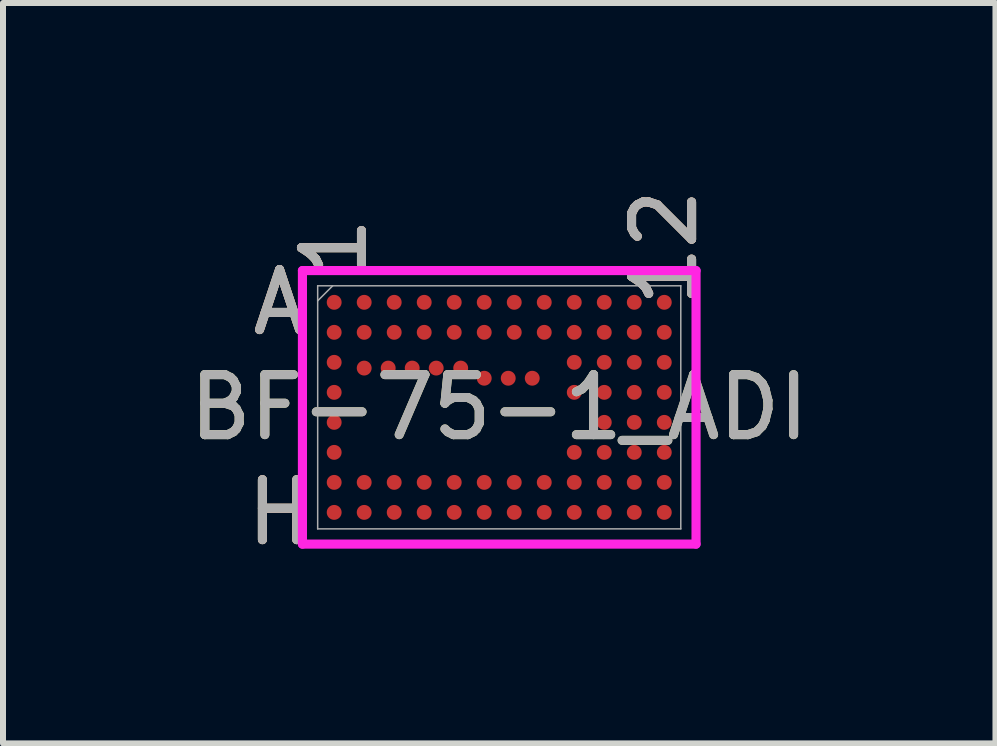
<source format=kicad_pcb>
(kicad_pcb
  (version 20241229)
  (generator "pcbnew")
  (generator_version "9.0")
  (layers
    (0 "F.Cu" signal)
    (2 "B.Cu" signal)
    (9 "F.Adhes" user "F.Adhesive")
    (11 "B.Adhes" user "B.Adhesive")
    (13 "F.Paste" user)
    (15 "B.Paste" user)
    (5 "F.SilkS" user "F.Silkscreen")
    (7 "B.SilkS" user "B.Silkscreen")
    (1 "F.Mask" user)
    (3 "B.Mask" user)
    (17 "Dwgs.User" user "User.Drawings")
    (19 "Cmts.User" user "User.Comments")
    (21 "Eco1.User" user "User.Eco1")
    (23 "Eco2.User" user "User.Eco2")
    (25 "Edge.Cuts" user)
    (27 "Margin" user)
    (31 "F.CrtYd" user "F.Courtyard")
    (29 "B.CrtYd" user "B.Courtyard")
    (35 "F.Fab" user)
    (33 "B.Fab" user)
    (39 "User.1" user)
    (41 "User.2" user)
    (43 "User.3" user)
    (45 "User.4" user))
  (footprint "BF-75-1_ADI"
    (layer "F.Cu")
    (at 5.268 3.737)
    (property "Reference" "BF-75-1_ADI" (at 0 0 0) (unlocked yes) (layer "F.SilkS") (effects (font (size 1 1) (thickness 0.15))))
    (attr smd)
    (fp_poly (pts (xy -3.445 -2.445) (xy 3.445 -2.445) (xy 3.445 2.445) (xy -3.445 2.445)) (stroke (width 0.1) (type solid)) (fill no) (layer "Eco2.User"))
    (fp_line (start -3.279 -2.279) (end 3.279 -2.279) (stroke (width 0.152) (type solid)) (layer "F.CrtYd"))
    (fp_line (start -3.279 2.279) (end -3.279 -2.279) (stroke (width 0.152) (type solid)) (layer "F.CrtYd"))
    (fp_line (start 3.279 -2.279) (end 3.279 2.279) (stroke (width 0.152) (type solid)) (layer "F.CrtYd"))
    (fp_line (start 3.279 2.279) (end -3.279 2.279) (stroke (width 0.152) (type solid)) (layer "F.CrtYd"))
    (fp_line (start -3.025 -2.025) (end -3.025 2.025) (stroke (width 0.025) (type solid)) (layer "F.Fab"))
    (fp_line (start -3.025 2.025) (end 3.025 2.025) (stroke (width 0.025) (type solid)) (layer "F.Fab"))
    (fp_line (start -2.775 -2.025) (end -3.025 -1.775) (stroke (width 0.025) (type solid)) (layer "F.Fab"))
    (fp_line (start 3.025 -2.025) (end -3.025 -2.025) (stroke (width 0.025) (type solid)) (layer "F.Fab"))
    (fp_line (start 3.025 2.025) (end 3.025 -2.025) (stroke (width 0.025) (type solid)) (layer "F.Fab"))
    (fp_text user "H" (at -3.66 1.75 0) (unlocked yes) (layer "F.SilkS") (effects (font (size 1 1) (thickness 0.15))))
    (fp_text user "A" (at -3.66 -1.75 0) (unlocked yes) (layer "F.SilkS") (effects (font (size 1 1) (thickness 0.15))))
    (fp_text user "12" (at 2.75 -2.66 90) (unlocked yes) (layer "F.SilkS") (effects (font (size 1 1) (thickness 0.15))))
    (fp_text user "1" (at -2.75 -2.66 90) (unlocked yes) (layer "F.SilkS") (effects (font (size 1 1) (thickness 0.15))))
    (fp_text user "A" (at -3.66 -1.75 0) (unlocked yes) (layer "B.SilkS") (effects (font (size 1 1) (thickness 0.15))))
    (fp_text user "H" (at -3.66 1.75 0) (unlocked yes) (layer "B.SilkS") (effects (font (size 1 1) (thickness 0.15))))
    (fp_text user "1" (at -2.75 -2.66 90) (unlocked yes) (layer "B.SilkS") (effects (font (size 1 1) (thickness 0.15))))
    (fp_text user "12" (at 2.75 -2.66 90) (unlocked yes) (layer "B.SilkS") (effects (font (size 1 1) (thickness 0.15))))
    (fp_text user "12" (at 2.75 -2.66 90) (unlocked yes) (layer "F.Fab") (effects (font (size 1 1) (thickness 0.15))))
    (fp_text user "${REFERENCE}" (at 0 0 0) (unlocked yes) (layer "F.Fab") (effects (font (size 1 1) (thickness 0.15))))
    (fp_text user "A" (at -3.66 -1.75 0) (unlocked yes) (layer "F.Fab") (effects (font (size 1 1) (thickness 0.15))))
    (fp_text user "1" (at -2.75 -2.66 90) (unlocked yes) (layer "F.Fab") (effects (font (size 1 1) (thickness 0.15))))
    (fp_text user "H" (at -3.66 1.75 0) (unlocked yes) (layer "F.Fab") (effects (font (size 1 1) (thickness 0.15))))
    (pad "A1" smd circle (at -2.75 -1.75) (size 0.248 0.248) (layers "F.Cu" "F.Mask" "F.Paste"))
    (pad "A2" smd circle (at -2.25 -1.75) (size 0.248 0.248) (layers "F.Cu" "F.Mask" "F.Paste"))
    (pad "A3" smd circle (at -1.75 -1.75) (size 0.248 0.248) (layers "F.Cu" "F.Mask" "F.Paste"))
    (pad "A4" smd circle (at -1.25 -1.75) (size 0.248 0.248) (layers "F.Cu" "F.Mask" "F.Paste"))
    (pad "A5" smd circle (at -0.75 -1.75) (size 0.248 0.248) (layers "F.Cu" "F.Mask" "F.Paste"))
    (pad "A6" smd circle (at -0.25 -1.75) (size 0.248 0.248) (layers "F.Cu" "F.Mask" "F.Paste"))
    (pad "A7" smd circle (at 0.25 -1.75) (size 0.248 0.248) (layers "F.Cu" "F.Mask" "F.Paste"))
    (pad "A8" smd circle (at 0.75 -1.75) (size 0.248 0.248) (layers "F.Cu" "F.Mask" "F.Paste"))
    (pad "A9" smd circle (at 1.25 -1.75) (size 0.248 0.248) (layers "F.Cu" "F.Mask" "F.Paste"))
    (pad "A10" smd circle (at 1.75 -1.75) (size 0.248 0.248) (layers "F.Cu" "F.Mask" "F.Paste"))
    (pad "A11" smd circle (at 2.25 -1.75) (size 0.248 0.248) (layers "F.Cu" "F.Mask" "F.Paste"))
    (pad "A12" smd circle (at 2.75 -1.75) (size 0.248 0.248) (layers "F.Cu" "F.Mask" "F.Paste"))
    (pad "B1" smd circle (at -2.75 -1.25) (size 0.248 0.248) (layers "F.Cu" "F.Mask" "F.Paste"))
    (pad "B2" smd circle (at -2.25 -1.25) (size 0.248 0.248) (layers "F.Cu" "F.Mask" "F.Paste"))
    (pad "B3" smd circle (at -1.75 -1.25) (size 0.248 0.248) (layers "F.Cu" "F.Mask" "F.Paste"))
    (pad "B4" smd circle (at -1.25 -1.25) (size 0.248 0.248) (layers "F.Cu" "F.Mask" "F.Paste"))
    (pad "B5" smd circle (at -0.75 -1.25) (size 0.248 0.248) (layers "F.Cu" "F.Mask" "F.Paste"))
    (pad "B6" smd circle (at -0.25 -1.25) (size 0.248 0.248) (layers "F.Cu" "F.Mask" "F.Paste"))
    (pad "B7" smd circle (at 0.25 -1.25) (size 0.248 0.248) (layers "F.Cu" "F.Mask" "F.Paste"))
    (pad "B8" smd circle (at 0.75 -1.25) (size 0.248 0.248) (layers "F.Cu" "F.Mask" "F.Paste"))
    (pad "B9" smd circle (at 1.25 -1.25) (size 0.248 0.248) (layers "F.Cu" "F.Mask" "F.Paste"))
    (pad "B10" smd circle (at 1.75 -1.25) (size 0.248 0.248) (layers "F.Cu" "F.Mask" "F.Paste"))
    (pad "B11" smd circle (at 2.25 -1.25) (size 0.248 0.248) (layers "F.Cu" "F.Mask" "F.Paste"))
    (pad "B12" smd circle (at 2.75 -1.25) (size 0.248 0.248) (layers "F.Cu" "F.Mask" "F.Paste"))
    (pad "C1" smd circle (at -2.75 -0.75) (size 0.248 0.248) (layers "F.Cu" "F.Mask" "F.Paste"))
    (pad "C2" smd circle (at -2.25 -0.654) (size 0.248 0.248) (layers "F.Cu" "F.Mask" "F.Paste"))
    (pad "C3" smd circle (at -1.85 -0.654) (size 0.248 0.248) (layers "F.Cu" "F.Mask" "F.Paste"))
    (pad "C4" smd circle (at -1.45 -0.654) (size 0.248 0.248) (layers "F.Cu" "F.Mask" "F.Paste"))
    (pad "C5" smd circle (at -1.05 -0.654) (size 0.248 0.248) (layers "F.Cu" "F.Mask" "F.Paste"))
    (pad "C6" smd circle (at -0.642 -0.654) (size 0.248 0.248) (layers "F.Cu" "F.Mask" "F.Paste"))
    (pad "C9" smd circle (at 1.25 -0.75) (size 0.248 0.248) (layers "F.Cu" "F.Mask" "F.Paste"))
    (pad "C10" smd circle (at 1.75 -0.75) (size 0.248 0.248) (layers "F.Cu" "F.Mask" "F.Paste"))
    (pad "C11" smd circle (at 2.25 -0.75) (size 0.248 0.248) (layers "F.Cu" "F.Mask" "F.Paste"))
    (pad "C12" smd circle (at 2.75 -0.75) (size 0.248 0.248) (layers "F.Cu" "F.Mask" "F.Paste"))
    (pad "D1" smd circle (at -2.75 -0.25) (size 0.248 0.248) (layers "F.Cu" "F.Mask" "F.Paste"))
    (pad "D6" smd circle (at -0.25 -0.485) (size 0.248 0.248) (layers "F.Cu" "F.Mask" "F.Paste"))
    (pad "D7" smd circle (at 0.15 -0.485) (size 0.248 0.248) (layers "F.Cu" "F.Mask" "F.Paste"))
    (pad "D8" smd circle (at 0.55 -0.485) (size 0.248 0.248) (layers "F.Cu" "F.Mask" "F.Paste"))
    (pad "D9" smd circle (at 1.25 -0.25) (size 0.248 0.248) (layers "F.Cu" "F.Mask" "F.Paste"))
    (pad "D10" smd circle (at 1.75 -0.25) (size 0.248 0.248) (layers "F.Cu" "F.Mask" "F.Paste"))
    (pad "D11" smd circle (at 2.25 -0.25) (size 0.248 0.248) (layers "F.Cu" "F.Mask" "F.Paste"))
    (pad "D12" smd circle (at 2.75 -0.25) (size 0.248 0.248) (layers "F.Cu" "F.Mask" "F.Paste"))
    (pad "E1" smd circle (at -2.75 0.25) (size 0.248 0.248) (layers "F.Cu" "F.Mask" "F.Paste"))
    (pad "E10" smd circle (at 1.75 0.25) (size 0.248 0.248) (layers "F.Cu" "F.Mask" "F.Paste"))
    (pad "E11" smd circle (at 2.25 0.25) (size 0.248 0.248) (layers "F.Cu" "F.Mask" "F.Paste"))
    (pad "E12" smd circle (at 2.75 0.25) (size 0.248 0.248) (layers "F.Cu" "F.Mask" "F.Paste"))
    (pad "F1" smd circle (at -2.75 0.75) (size 0.248 0.248) (layers "F.Cu" "F.Mask" "F.Paste"))
    (pad "F9" smd circle (at 1.25 0.75) (size 0.248 0.248) (layers "F.Cu" "F.Mask" "F.Paste"))
    (pad "F10" smd circle (at 1.75 0.75) (size 0.248 0.248) (layers "F.Cu" "F.Mask" "F.Paste"))
    (pad "F11" smd circle (at 2.25 0.75) (size 0.248 0.248) (layers "F.Cu" "F.Mask" "F.Paste"))
    (pad "F12" smd circle (at 2.75 0.75) (size 0.248 0.248) (layers "F.Cu" "F.Mask" "F.Paste"))
    (pad "G1" smd circle (at -2.75 1.25) (size 0.248 0.248) (layers "F.Cu" "F.Mask" "F.Paste"))
    (pad "G2" smd circle (at -2.25 1.25) (size 0.248 0.248) (layers "F.Cu" "F.Mask" "F.Paste"))
    (pad "G3" smd circle (at -1.75 1.25) (size 0.248 0.248) (layers "F.Cu" "F.Mask" "F.Paste"))
    (pad "G4" smd circle (at -1.25 1.25) (size 0.248 0.248) (layers "F.Cu" "F.Mask" "F.Paste"))
    (pad "G5" smd circle (at -0.75 1.25) (size 0.248 0.248) (layers "F.Cu" "F.Mask" "F.Paste"))
    (pad "G6" smd circle (at -0.25 1.25) (size 0.248 0.248) (layers "F.Cu" "F.Mask" "F.Paste"))
    (pad "G7" smd circle (at 0.25 1.25) (size 0.248 0.248) (layers "F.Cu" "F.Mask" "F.Paste"))
    (pad "G8" smd circle (at 0.75 1.25) (size 0.248 0.248) (layers "F.Cu" "F.Mask" "F.Paste"))
    (pad "G9" smd circle (at 1.25 1.25) (size 0.248 0.248) (layers "F.Cu" "F.Mask" "F.Paste"))
    (pad "G10" smd circle (at 1.75 1.25) (size 0.248 0.248) (layers "F.Cu" "F.Mask" "F.Paste"))
    (pad "G11" smd circle (at 2.25 1.25) (size 0.248 0.248) (layers "F.Cu" "F.Mask" "F.Paste"))
    (pad "G12" smd circle (at 2.75 1.25) (size 0.248 0.248) (layers "F.Cu" "F.Mask" "F.Paste"))
    (pad "H1" smd circle (at -2.75 1.75) (size 0.248 0.248) (layers "F.Cu" "F.Mask" "F.Paste"))
    (pad "H2" smd circle (at -2.25 1.75) (size 0.248 0.248) (layers "F.Cu" "F.Mask" "F.Paste"))
    (pad "H3" smd circle (at -1.75 1.75) (size 0.248 0.248) (layers "F.Cu" "F.Mask" "F.Paste"))
    (pad "H4" smd circle (at -1.25 1.75) (size 0.248 0.248) (layers "F.Cu" "F.Mask" "F.Paste"))
    (pad "H5" smd circle (at -0.75 1.75) (size 0.248 0.248) (layers "F.Cu" "F.Mask" "F.Paste"))
    (pad "H6" smd circle (at -0.25 1.75) (size 0.248 0.248) (layers "F.Cu" "F.Mask" "F.Paste"))
    (pad "H7" smd circle (at 0.25 1.75) (size 0.248 0.248) (layers "F.Cu" "F.Mask" "F.Paste"))
    (pad "H8" smd circle (at 0.75 1.75) (size 0.248 0.248) (layers "F.Cu" "F.Mask" "F.Paste"))
    (pad "H9" smd circle (at 1.25 1.75) (size 0.248 0.248) (layers "F.Cu" "F.Mask" "F.Paste"))
    (pad "H10" smd circle (at 1.75 1.75) (size 0.248 0.248) (layers "F.Cu" "F.Mask" "F.Paste"))
    (pad "H11" smd circle (at 2.25 1.75) (size 0.248 0.248) (layers "F.Cu" "F.Mask" "F.Paste"))
    (pad "H12" smd circle (at 2.75 1.75) (size 0.248 0.248) (layers "F.Cu" "F.Mask" "F.Paste")))
  (gr_rect
    (start -3 -3)
    (end 13.536 9.336)
    (stroke (width 0.1) (type default))
    (fill no)
    (layer "Edge.Cuts")))
</source>
